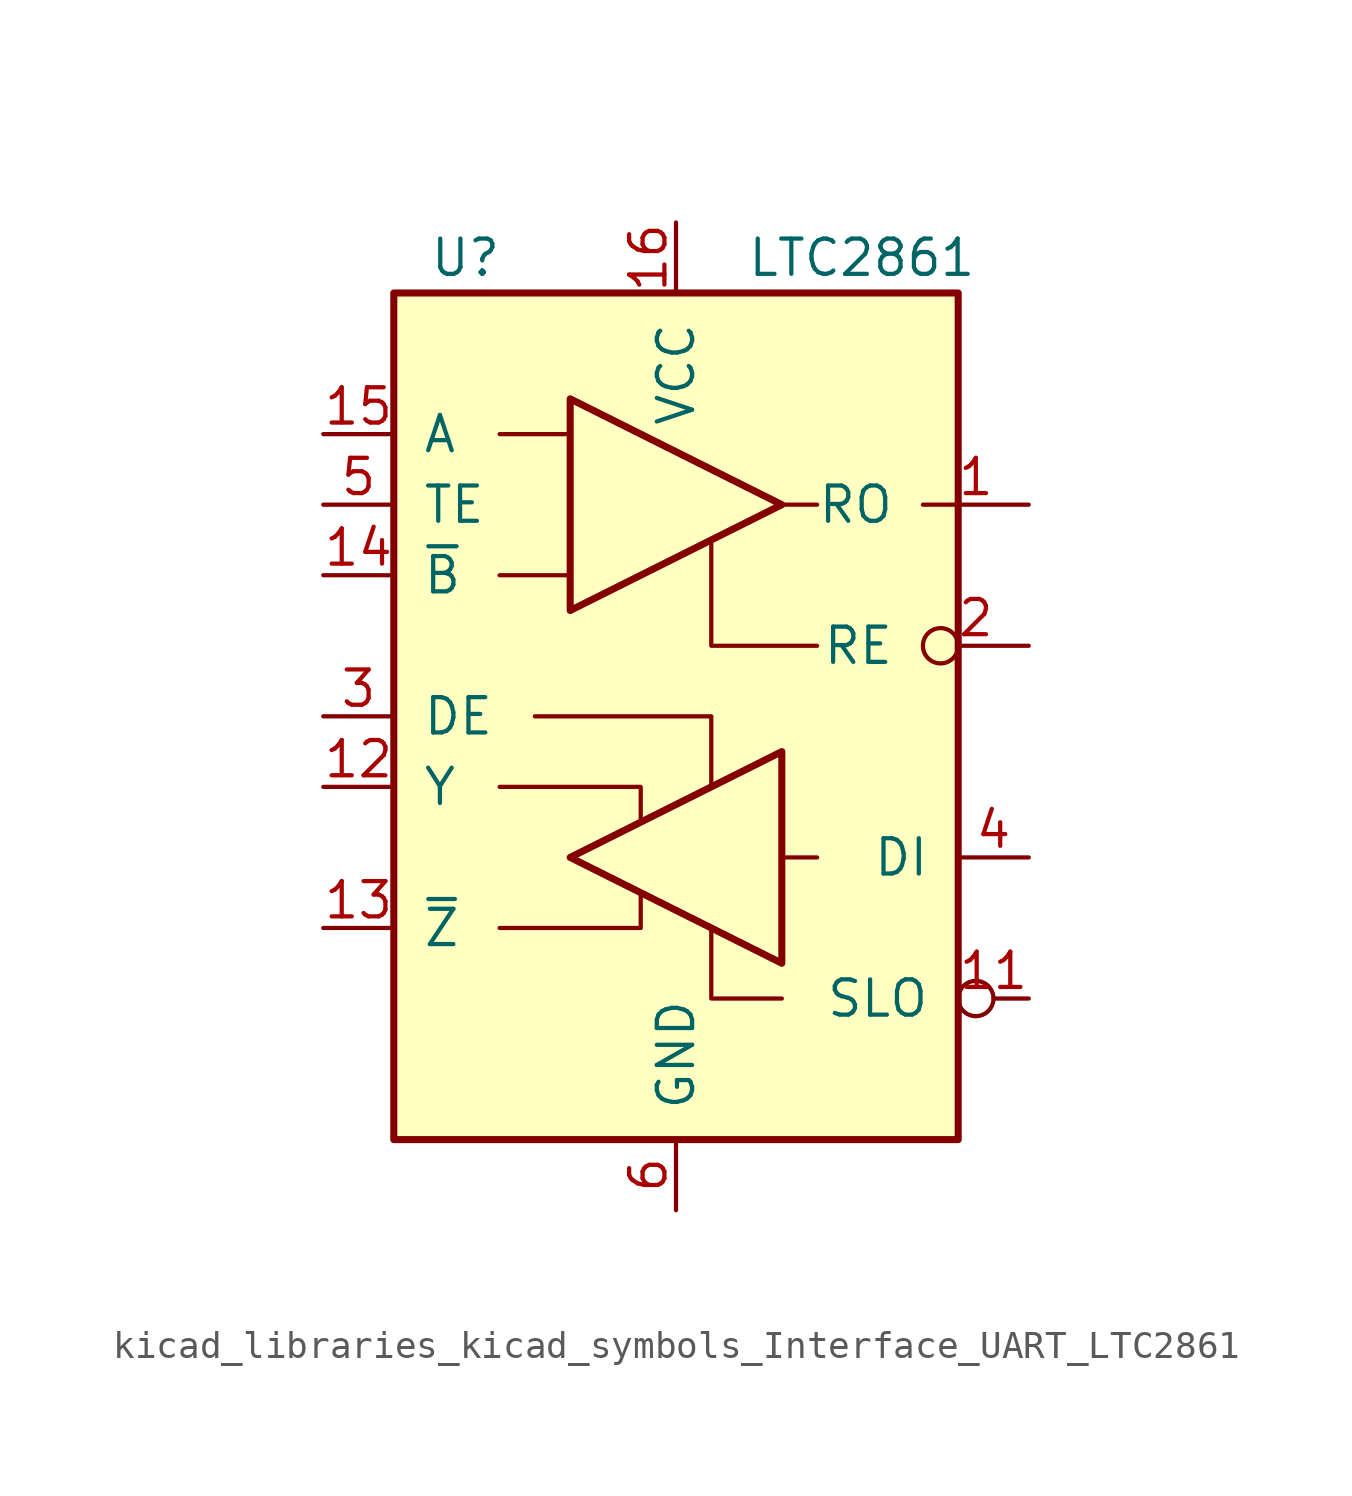
<source format=kicad_sym>
(kicad_symbol_lib
  (version 20220914)
  (generator kicad_symbol_editor)
  (symbol "kicad_libraries_kicad_symbols_Interface_UART_LTC2861"
    (pin_names
      (offset 1.016))
    (property "Reference" "U"
      (at -8.89 16.51 0)
      (effects (font (size 1.27 1.27)) (justify left)))
    (property "Value" "LTC2861"
      (at 2.54 16.51 0)
      (effects (font (size 1.27 1.27)) (justify left)))
    (symbol "kicad_libraries_kicad_symbols_Interface_UART_LTC2861_0_1"
      (rectangle (start -10.16 15.24) (end 10.16 -15.24) (stroke (width 0.254) (type default)) (fill (type background)))
      (polyline (pts (xy 3.81 7.62) (xy 5.08 7.62)) (stroke (width 0) (type default)) (fill (type none)))
      (polyline (pts (xy 5.08 -5.08) (xy 3.81 -5.08)) (stroke (width 0) (type default)) (fill (type none)))
      (polyline (pts (xy -6.35 5.08) (xy -3.81 5.08) (xy -3.81 5.08)) (stroke (width 0) (type default)) (fill (type none)))
      (polyline (pts (xy -6.35 10.16) (xy -3.81 10.16) (xy -3.81 10.16)) (stroke (width 0) (type default)) (fill (type none)))
      (polyline (pts (xy -6.35 -7.62) (xy -1.27 -7.62) (xy -1.27 -6.35) (xy -1.27 -6.35)) (stroke (width 0) (type default)) (fill (type none)))
      (polyline (pts (xy -6.35 -2.54) (xy -1.27 -2.54) (xy -1.27 -3.81) (xy -1.27 -3.81)) (stroke (width 0) (type default)) (fill (type none)))
      (polyline (pts (xy -5.08 0) (xy 1.27 0) (xy 1.27 -2.54) (xy 1.27 -2.54)) (stroke (width 0) (type default)) (fill (type none)))
      (polyline (pts (xy 1.27 6.35) (xy 1.27 2.54) (xy 2.54 2.54) (xy 5.08 2.54)) (stroke (width 0) (type default)) (fill (type none)))
      (polyline (pts (xy 3.81 -10.16) (xy 1.27 -10.16) (xy 1.27 -7.62) (xy 1.27 -7.62)) (stroke (width 0) (type default)) (fill (type none)))
      (polyline (pts (xy -3.81 11.43) (xy -3.81 3.81) (xy 3.81 7.62) (xy -3.81 11.43) (xy -3.81 11.43)) (stroke (width 0.254) (type default)) (fill (type none)))
      (polyline (pts (xy 3.81 -1.27) (xy 3.81 -8.89) (xy -3.81 -5.08) (xy 3.81 -1.27) (xy 3.81 -1.27)) (stroke (width 0.254) (type default)) (fill (type none))))
    (symbol "kicad_libraries_kicad_symbols_Interface_UART_LTC2861_1_1"
      (pin output line (at 12.7 7.62 180) (length 3.81) (name "RO" (effects (font (size 1.27 1.27)))) (number "1" (effects (font (size 1.27 1.27)))))
      (pin input inverted (at 12.7 -10.16 180) (length 2.54) (name "SLO" (effects (font (size 1.27 1.27)))) (number "11" (effects (font (size 1.27 1.27)))))
      (pin output line (at -12.7 -2.54 0) (length 2.54) (name "Y" (effects (font (size 1.27 1.27)))) (number "12" (effects (font (size 1.27 1.27)))))
      (pin output line (at -12.7 -7.62 0) (length 2.54) (name "~{Z}" (effects (font (size 1.27 1.27)))) (number "13" (effects (font (size 1.27 1.27)))))
      (pin input line (at -12.7 5.08 0) (length 2.54) (name "~{B}" (effects (font (size 1.27 1.27)))) (number "14" (effects (font (size 1.27 1.27)))))
      (pin input line (at -12.7 10.16 0) (length 2.54) (name "A" (effects (font (size 1.27 1.27)))) (number "15" (effects (font (size 1.27 1.27)))))
      (pin power_in line (at 0 17.78 270) (length 2.54) (name "VCC" (effects (font (size 1.27 1.27)))) (number "16" (effects (font (size 1.27 1.27)))))
      (pin input inverted (at 12.7 2.54 180) (length 3.81) (name "RE" (effects (font (size 1.27 1.27)))) (number "2" (effects (font (size 1.27 1.27)))))
      (pin input line (at -12.7 0 0) (length 2.54) (name "DE" (effects (font (size 1.27 1.27)))) (number "3" (effects (font (size 1.27 1.27)))))
      (pin input line (at 12.7 -5.08 180) (length 2.54) (name "DI" (effects (font (size 1.27 1.27)))) (number "4" (effects (font (size 1.27 1.27)))))
      (pin input line (at -12.7 7.62 0) (length 2.54) (name "TE" (effects (font (size 1.27 1.27)))) (number "5" (effects (font (size 1.27 1.27)))))
      (pin power_in line (at 0 -17.78 90) (length 2.54) (name "GND" (effects (font (size 1.27 1.27)))) (number "6" (effects (font (size 1.27 1.27))))))))
</source>
